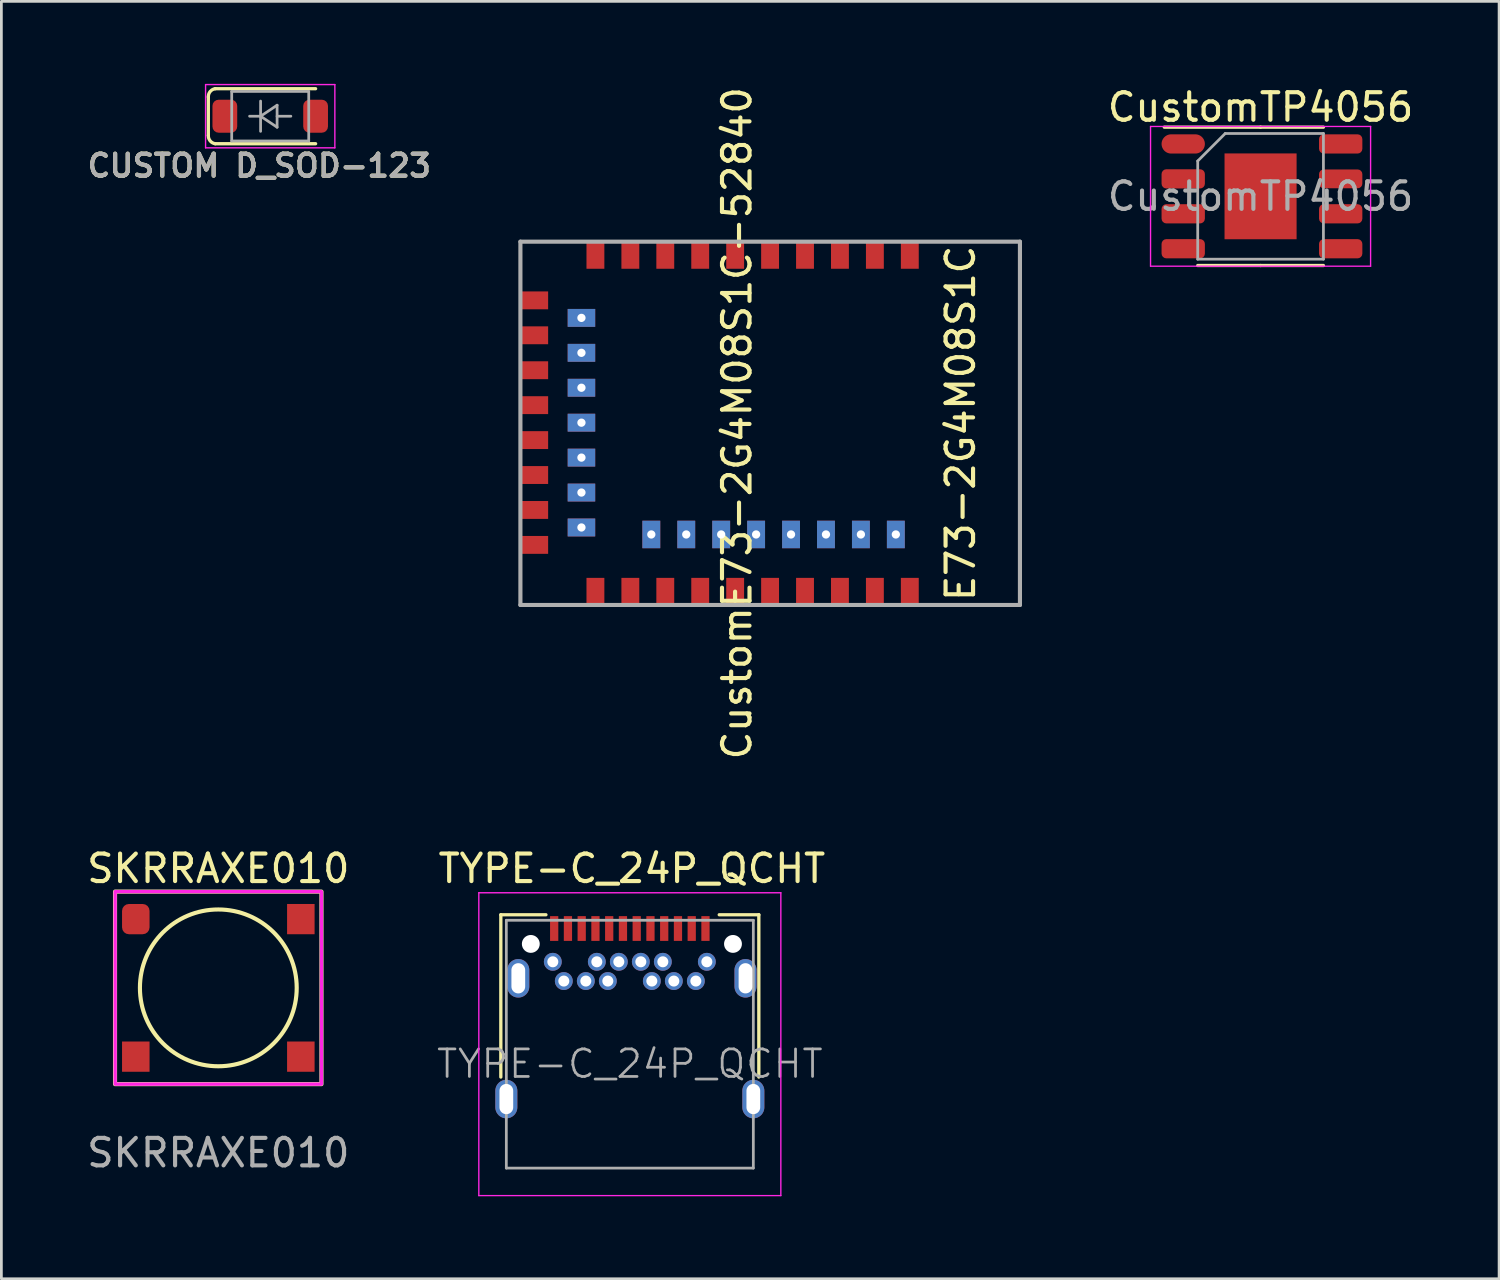
<source format=kicad_pcb>
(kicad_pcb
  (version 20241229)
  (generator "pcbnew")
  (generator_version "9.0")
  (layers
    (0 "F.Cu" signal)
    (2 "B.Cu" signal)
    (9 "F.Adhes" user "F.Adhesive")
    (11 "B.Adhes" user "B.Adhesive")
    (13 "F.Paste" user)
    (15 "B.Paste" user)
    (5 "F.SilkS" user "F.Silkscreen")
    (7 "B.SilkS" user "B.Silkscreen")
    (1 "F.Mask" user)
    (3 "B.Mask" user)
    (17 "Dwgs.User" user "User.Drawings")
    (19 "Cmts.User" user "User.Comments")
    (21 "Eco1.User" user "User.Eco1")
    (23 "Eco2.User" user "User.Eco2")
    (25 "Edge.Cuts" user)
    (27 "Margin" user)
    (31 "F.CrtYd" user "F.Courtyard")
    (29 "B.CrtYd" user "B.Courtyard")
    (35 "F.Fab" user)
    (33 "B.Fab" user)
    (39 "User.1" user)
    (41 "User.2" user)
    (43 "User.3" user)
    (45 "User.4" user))
  (footprint "CustomE73-2G4M08S1C-52840"
    (layer "F.Cu")
    (at 15.997 12.34)
    (property "Reference" "CustomE73-2G4M08S1C-52840" (at 7.747 -0.000467 270) (layer "F.SilkS") (effects (font (size 1 1) (thickness 0.15))))
    (attr through_hole)
    (fp_line (start -0.127 -6.604) (end -0.127 6.604) (stroke (width 0.15) (type solid)) (layer "F.Fab"))
    (fp_line (start -0.127 6.604) (end 18.034 6.604) (stroke (width 0.15) (type solid)) (layer "F.Fab"))
    (fp_line (start 18.034 -6.604) (end -0.127 -6.604) (stroke (width 0.15) (type solid)) (layer "F.Fab"))
    (fp_line (start 18.034 6.604) (end 18.034 -6.604) (stroke (width 0.15) (type solid)) (layer "F.Fab"))
    (fp_text user "E73-2G4M08S1C" (at 15.875 0 90) (layer "F.SilkS") (effects (font (size 1 1) (thickness 0.15))))
    (pad "1" smd rect (at 14.03 -6.119) (size 0.65 1) (layers "F.Cu" "F.Mask" "F.Paste"))
    (pad "2" smd rect (at 12.76 -6.119) (size 0.65 1) (layers "F.Cu" "F.Mask" "F.Paste"))
    (pad "3" smd rect (at 11.49 -6.119) (size 0.65 1) (layers "F.Cu" "F.Mask" "F.Paste"))
    (pad "4" smd rect (at 10.22 -6.119) (size 0.65 1) (layers "F.Cu" "F.Mask" "F.Paste"))
    (pad "5" smd rect (at 8.95 -6.119) (size 0.65 1) (layers "F.Cu" "F.Mask" "F.Paste"))
    (pad "6" smd rect (at 7.68 -6.119) (size 0.65 1) (layers "F.Cu" "F.Mask" "F.Paste"))
    (pad "7" smd rect (at 6.41 -6.119) (size 0.65 1) (layers "F.Cu" "F.Mask" "F.Paste"))
    (pad "8" smd rect (at 5.14 -6.119) (size 0.65 1) (layers "F.Cu" "F.Mask" "F.Paste"))
    (pad "9" smd rect (at 3.87 -6.119) (size 0.65 1) (layers "F.Cu" "F.Mask" "F.Paste"))
    (pad "10" smd rect (at 2.6 -6.119) (size 0.65 1) (layers "F.Cu" "F.Mask" "F.Paste"))
    (pad "11" smd rect (at 0.381 -4.47 90) (size 0.65 1) (layers "F.Cu" "F.Mask" "F.Paste"))
    (pad "12" thru_hole rect (at 2.092 -3.833 90) (size 0.65 1) (drill 0.3) (layers "*.Cu" "*.Mask" "F.Paste"))
    (pad "13" smd rect (at 0.381 -3.2 90) (size 0.65 1) (layers "F.Cu" "F.Mask" "F.Paste"))
    (pad "14" thru_hole rect (at 2.092 -2.563 90) (size 0.65 1) (drill 0.3) (layers "*.Cu" "*.Mask" "F.Paste"))
    (pad "15" smd rect (at 0.381 -1.93 90) (size 0.65 1) (layers "F.Cu" "F.Mask" "F.Paste"))
    (pad "16" thru_hole rect (at 2.092 -1.293 90) (size 0.65 1) (drill 0.3) (layers "*.Cu" "*.Mask" "F.Paste"))
    (pad "17" smd rect (at 0.381 -0.66 90) (size 0.65 1) (layers "F.Cu" "F.Mask" "F.Paste"))
    (pad "18" thru_hole rect (at 2.092 -0.023 90) (size 0.65 1) (drill 0.3) (layers "*.Cu" "*.Mask" "F.Paste"))
    (pad "19" smd rect (at 0.381 0.61 90) (size 0.65 1) (layers "F.Cu" "F.Mask" "F.Paste"))
    (pad "20" thru_hole rect (at 2.092 1.247 90) (size 0.65 1) (drill 0.3) (layers "*.Cu" "*.Mask" "F.Paste"))
    (pad "21" smd rect (at 0.381 1.88 90) (size 0.65 1) (layers "F.Cu" "F.Mask" "F.Paste"))
    (pad "22" thru_hole rect (at 2.092 2.517 90) (size 0.65 1) (drill 0.3) (layers "*.Cu" "*.Mask" "F.Paste"))
    (pad "23" smd rect (at 0.381 3.15 90) (size 0.65 1) (layers "F.Cu" "F.Mask" "F.Paste"))
    (pad "24" thru_hole rect (at 2.092 3.787 90) (size 0.65 1) (drill 0.3) (layers "*.Cu" "*.Mask" "F.Paste"))
    (pad "25" smd rect (at 0.381 4.42 90) (size 0.65 1) (layers "F.Cu" "F.Mask" "F.Paste"))
    (pad "26" smd rect (at 2.6 6.119) (size 0.65 1) (layers "F.Cu" "F.Mask" "F.Paste"))
    (pad "27" smd rect (at 3.87 6.119) (size 0.65 1) (layers "F.Cu" "F.Mask" "F.Paste"))
    (pad "28" thru_hole rect (at 4.632 4.041) (size 0.65 1) (drill 0.3) (layers "*.Cu" "*.Mask" "F.Paste"))
    (pad "29" smd rect (at 5.14 6.119) (size 0.65 1) (layers "F.Cu" "F.Mask" "F.Paste"))
    (pad "30" thru_hole rect (at 5.902 4.041) (size 0.65 1) (drill 0.3) (layers "*.Cu" "*.Mask" "F.Paste"))
    (pad "31" smd rect (at 6.41 6.119) (size 0.65 1) (layers "F.Cu" "F.Mask" "F.Paste"))
    (pad "32" thru_hole rect (at 7.172 4.041) (size 0.65 1) (drill 0.3) (layers "*.Cu" "*.Mask" "F.Paste"))
    (pad "33" smd rect (at 7.68 6.119) (size 0.65 1) (layers "F.Cu" "F.Mask" "F.Paste"))
    (pad "34" thru_hole rect (at 8.442 4.041) (size 0.65 1) (drill 0.3) (layers "*.Cu" "*.Mask" "F.Paste"))
    (pad "35" smd rect (at 8.95 6.119) (size 0.65 1) (layers "F.Cu" "F.Mask" "F.Paste"))
    (pad "36" thru_hole rect (at 9.712 4.041) (size 0.65 1) (drill 0.3) (layers "*.Cu" "*.Mask" "F.Paste"))
    (pad "37" smd rect (at 10.22 6.119) (size 0.65 1) (layers "F.Cu" "F.Mask" "F.Paste"))
    (pad "38" thru_hole rect (at 10.982 4.041) (size 0.65 1) (drill 0.3) (layers "*.Cu" "*.Mask" "F.Paste"))
    (pad "39" smd rect (at 11.49 6.119) (size 0.65 1) (layers "F.Cu" "F.Mask" "F.Paste"))
    (pad "40" thru_hole rect (at 12.252 4.041) (size 0.65 1) (drill 0.3) (layers "*.Cu" "*.Mask" "F.Paste"))
    (pad "41" smd rect (at 12.76 6.119) (size 0.65 1) (layers "F.Cu" "F.Mask" "F.Paste"))
    (pad "42" thru_hole rect (at 13.522 4.041) (size 0.65 1) (drill 0.3) (layers "*.Cu" "*.Mask" "F.Paste"))
    (pad "43" smd rect (at 14.03 6.119) (size 0.65 1) (layers "F.Cu" "F.Mask" "F.Paste")))
  (footprint "SKRRAXE010"
    (layer "F.Cu")
    (at 4.887 32.865)
    (property "Reference" "SKRRAXE010" (at 0 -4.338 0) (unlocked yes) (layer "F.SilkS") (effects (font (size 1 1) (thickness 0.15))))
    (attr smd)
    (fp_rect (start -3.755 -3.5) (end 3.75 3.5) (stroke (width 0.15) (type default)) (fill no) (layer "F.SilkS"))
    (fp_circle (center 0 0) (end 2.85 0) (stroke (width 0.15) (type default)) (fill no) (layer "F.SilkS"))
    (fp_rect (start -3.75 -3.5) (end 3.75 3.5) (stroke (width 0.12) (type default)) (fill no) (layer "F.CrtYd"))
    (fp_text user "${REFERENCE}" (at 0 5.998 0) (unlocked yes) (layer "F.Fab") (effects (font (size 1 1) (thickness 0.15))))
    (pad "1" smd roundrect (at -3 -2.5) (size 1 1.1) (layers "F.Cu" "F.Mask" "F.Paste") (roundrect_rratio 0.25))
    (pad "2" smd rect (at -3 2.5) (size 1 1.1) (layers "F.Cu" "F.Mask" "F.Paste"))
    (pad "3" smd rect (at 3 -2.5) (size 1 1.1) (layers "F.Cu" "F.Mask" "F.Paste"))
    (pad "4" smd rect (at 3 2.5) (size 1 1.1) (layers "F.Cu" "F.Mask" "F.Paste"))
    (zone (net_name "") (layer "F.Cu") (name "B1") (hatch edge 0.5) (connect_pads) (min_thickness 0.25) (filled_areas_thickness no) (keepout (tracks not_allowed) (vias not_allowed) (pads not_allowed) (copperpour allowed) (footprints allowed)) (placement (enabled no)) (fill) (polygon (pts (xy 0.987 31.365) (xy 2.887 31.365) (xy 2.887 34.365) (xy 0.987 34.365))))
    (zone (net_name "") (layer "F.Cu") (name "B2") (hatch edge 0.5) (connect_pads) (min_thickness 0.25) (filled_areas_thickness no) (keepout (tracks not_allowed) (vias not_allowed) (pads not_allowed) (copperpour not_allowed) (footprints allowed)) (placement (enabled no)) (fill) (polygon (pts (xy 6.887 31.365) (xy 8.787 31.365) (xy 8.787 34.365) (xy 6.887 34.365)))))
  (footprint "CUSTOM D_SOD-123"
    (layer "F.Cu")
    (at 6.774 1.175)
    (property "Reference" "CUSTOM D_SOD-123" (at -0.4 1.8 0) (layer "F.SilkS") (effects (font (size 0.8 0.8) (thickness 0.15))))
    (attr smd)
    (fp_line (start -2.25 -0.7) (end -2.25 0.7) (stroke (width 0.12) (type solid)) (layer "F.SilkS"))
    (fp_line (start -2 -1) (end 1.65 -1) (stroke (width 0.12) (type solid)) (layer "F.SilkS"))
    (fp_line (start -2 1) (end 1.65 1) (stroke (width 0.12) (type solid)) (layer "F.SilkS"))
    (fp_arc (start -2.25 -0.7) (mid -2.182354 -0.897795) (end -2 -1) (stroke (width 0.12) (type solid)) (layer "F.SilkS"))
    (fp_arc (start -2 1) (mid -2.182361 0.897801) (end -2.25 0.7) (stroke (width 0.12) (type solid)) (layer "F.SilkS"))
    (fp_line (start -2.35 -1.15) (end -2.35 1.15) (stroke (width 0.05) (type solid)) (layer "F.CrtYd"))
    (fp_line (start -2.35 -1.15) (end 2.35 -1.15) (stroke (width 0.05) (type solid)) (layer "F.CrtYd"))
    (fp_line (start 2.35 -1.15) (end 2.35 1.15) (stroke (width 0.05) (type solid)) (layer "F.CrtYd"))
    (fp_line (start 2.35 1.15) (end -2.35 1.15) (stroke (width 0.05) (type solid)) (layer "F.CrtYd"))
    (fp_line (start -1.4 -0.9) (end 1.4 -0.9) (stroke (width 0.1) (type solid)) (layer "F.Fab"))
    (fp_line (start -1.4 0.9) (end -1.4 -0.9) (stroke (width 0.1) (type solid)) (layer "F.Fab"))
    (fp_line (start -0.75 0) (end -0.35 0) (stroke (width 0.1) (type solid)) (layer "F.Fab"))
    (fp_line (start -0.35 0) (end -0.35 -0.55) (stroke (width 0.1) (type solid)) (layer "F.Fab"))
    (fp_line (start -0.35 0) (end -0.35 0.55) (stroke (width 0.1) (type solid)) (layer "F.Fab"))
    (fp_line (start -0.35 0) (end 0.25 -0.4) (stroke (width 0.1) (type solid)) (layer "F.Fab"))
    (fp_line (start 0.25 -0.4) (end 0.25 0.4) (stroke (width 0.1) (type solid)) (layer "F.Fab"))
    (fp_line (start 0.25 0) (end 0.75 0) (stroke (width 0.1) (type solid)) (layer "F.Fab"))
    (fp_line (start 0.25 0.4) (end -0.35 0) (stroke (width 0.1) (type solid)) (layer "F.Fab"))
    (fp_line (start 1.4 -0.9) (end 1.4 0.9) (stroke (width 0.1) (type solid)) (layer "F.Fab"))
    (fp_line (start 1.4 0.9) (end -1.4 0.9) (stroke (width 0.1) (type solid)) (layer "F.Fab"))
    (fp_text user "${REFERENCE}" (at -0.4 1.8 0) (layer "F.Fab") (effects (font (size 0.8 0.8) (thickness 0.15))))
    (pad "1" smd roundrect (at -1.65 0) (size 0.9 1.2) (layers "F.Cu" "F.Mask" "F.Paste") (roundrect_rratio 0.25))
    (pad "2" smd roundrect (at 1.65 0) (size 0.9 1.2) (layers "F.Cu" "F.Mask" "F.Paste") (roundrect_rratio 0.25)))
  (footprint "TYPE-C_24P_QCHT"
    (layer "F.Cu")
    (at 19.848 35.627)
    (property "Reference" "TYPE-C_24P_QCHT" (at 0.075 -7.1 180) (layer "F.SilkS") (effects (font (size 1 1) (thickness 0.15))))
    (attr smd)
    (fp_line (start -4.69 -5.42) (end -4.69 0.48) (stroke (width 0.12) (type solid)) (layer "F.SilkS"))
    (fp_line (start -4.69 -5.42) (end -3.05 -5.42) (stroke (width 0.12) (type solid)) (layer "F.SilkS"))
    (fp_line (start 3.25 -5.42) (end 4.69 -5.42) (stroke (width 0.12) (type solid)) (layer "F.SilkS"))
    (fp_line (start 4.69 -5.42) (end 4.69 0.48) (stroke (width 0.12) (type solid)) (layer "F.SilkS"))
    (fp_line (start -5.49 -6.22) (end 5.49 -6.22) (stroke (width 0.05) (type solid)) (layer "F.CrtYd"))
    (fp_line (start -5.49 4.79) (end -5.49 -6.22) (stroke (width 0.05) (type solid)) (layer "F.CrtYd"))
    (fp_line (start 5.49 -6.22) (end 5.49 4.79) (stroke (width 0.05) (type solid)) (layer "F.CrtYd"))
    (fp_line (start 5.49 4.79) (end -5.49 4.79) (stroke (width 0.05) (type solid)) (layer "F.CrtYd"))
    (fp_line (start -4.49 -5.22) (end 4.49 -5.22) (stroke (width 0.1) (type solid)) (layer "F.Fab"))
    (fp_line (start -4.49 3.79) (end -4.49 -5.22) (stroke (width 0.1) (type solid)) (layer "F.Fab"))
    (fp_line (start -4.49 3.79) (end 4.49 3.79) (stroke (width 0.1) (type solid)) (layer "F.Fab"))
    (fp_line (start 4.49 3.79) (end 4.49 -5.22) (stroke (width 0.1) (type solid)) (layer "F.Fab"))
    (fp_text user "${REFERENCE}" (at 0 0 180) (layer "F.Fab") (effects (font (size 1 1) (thickness 0.1))))
    (pad "" np_thru_hole circle (at -3.6 -4.36) (size 0.65 0.65) (drill 0.65) (layers "*.Cu" "*.Mask"))
    (pad "" np_thru_hole circle (at 3.75 -4.36) (size 0.65 0.65) (drill 0.65) (layers "*.Cu" "*.Mask"))
    (pad "A1" smd rect (at -2.75 -4.92) (size 0.3 0.9) (layers "F.Cu" "F.Mask" "F.Paste"))
    (pad "A2" smd rect (at -2.25 -4.92) (size 0.3 0.9) (layers "F.Cu" "F.Mask" "F.Paste"))
    (pad "A3" smd rect (at -1.75 -4.92) (size 0.3 0.9) (layers "F.Cu" "F.Mask" "F.Paste"))
    (pad "A4" smd rect (at -1.25 -4.92) (size 0.3 0.9) (layers "F.Cu" "F.Mask" "F.Paste"))
    (pad "A5" smd rect (at -0.75 -4.92) (size 0.3 0.9) (layers "F.Cu" "F.Mask" "F.Paste"))
    (pad "A6" smd rect (at -0.25 -4.92) (size 0.3 0.9) (layers "F.Cu" "F.Mask" "F.Paste"))
    (pad "A7" smd rect (at 0.25 -4.92) (size 0.3 0.9) (layers "F.Cu" "F.Mask" "F.Paste"))
    (pad "A8" smd rect (at 0.75 -4.92) (size 0.3 0.9) (layers "F.Cu" "F.Mask" "F.Paste"))
    (pad "A9" smd rect (at 1.25 -4.92) (size 0.3 0.9) (layers "F.Cu" "F.Mask" "F.Paste"))
    (pad "A10" smd rect (at 1.75 -4.92) (size 0.3 0.9) (layers "F.Cu" "F.Mask" "F.Paste"))
    (pad "A11" smd rect (at 2.25 -4.92) (size 0.3 0.9) (layers "F.Cu" "F.Mask" "F.Paste"))
    (pad "A12" smd rect (at 2.75 -4.92) (size 0.3 0.9) (layers "F.Cu" "F.Mask" "F.Paste"))
    (pad "B1" thru_hole circle (at 2.8 -3.71) (size 0.65 0.65) (drill 0.4) (layers "*.Cu" "*.Mask"))
    (pad "B2" thru_hole circle (at 2.4 -3.01) (size 0.65 0.65) (drill 0.4) (layers "*.Cu" "*.Mask"))
    (pad "B3" thru_hole circle (at 1.6 -3.01) (size 0.65 0.65) (drill 0.4) (layers "*.Cu" "*.Mask"))
    (pad "B4" thru_hole circle (at 1.2 -3.71) (size 0.65 0.65) (drill 0.4) (layers "*.Cu" "*.Mask"))
    (pad "B5" thru_hole circle (at 0.8 -3.01) (size 0.65 0.65) (drill 0.4) (layers "*.Cu" "*.Mask"))
    (pad "B6" thru_hole circle (at 0.4 -3.71) (size 0.65 0.65) (drill 0.4) (layers "*.Cu" "*.Mask"))
    (pad "B7" thru_hole circle (at -0.4 -3.71) (size 0.65 0.65) (drill 0.4) (layers "*.Cu" "*.Mask"))
    (pad "B8" thru_hole circle (at -0.8 -3.01) (size 0.65 0.65) (drill 0.4) (layers "*.Cu" "*.Mask"))
    (pad "B9" thru_hole circle (at -1.2 -3.71) (size 0.65 0.65) (drill 0.4) (layers "*.Cu" "*.Mask"))
    (pad "B10" thru_hole circle (at -1.6 -3.01) (size 0.65 0.65) (drill 0.4) (layers "*.Cu" "*.Mask"))
    (pad "B11" thru_hole circle (at -2.4 -3.01) (size 0.65 0.65) (drill 0.4) (layers "*.Cu" "*.Mask"))
    (pad "B12" thru_hole circle (at -2.8 -3.71) (size 0.65 0.65) (drill 0.4) (layers "*.Cu" "*.Mask"))
    (pad "S1" thru_hole oval (at -4.49 1.28) (size 0.8 1.4) (drill oval 0.5 1.1) (layers "*.Cu" "*.Mask"))
    (pad "S1" thru_hole oval (at -4.055 -3.11) (size 0.8 1.4) (drill oval 0.5 1.1) (layers "*.Cu" "*.Mask"))
    (pad "S1" thru_hole oval (at 4.205 -3.11) (size 0.8 1.4) (drill oval 0.5 1.1) (layers "*.Cu" "*.Mask"))
    (pad "S1" thru_hole oval (at 4.49 1.28) (size 0.8 1.4) (drill oval 0.5 1.1) (layers "*.Cu" "*.Mask")))
  (footprint "CustomTP4056"
    (layer "F.Cu")
    (at 42.779 4.088)
    (property "Reference" "CustomTP4056" (at 0 -3.24 180) (layer "F.SilkS") (effects (font (size 1 1) (thickness 0.15))))
    (attr smd)
    (fp_line (start 0 -2.515) (end -3.5 -2.515) (stroke (width 0.12) (type solid)) (layer "F.SilkS"))
    (fp_line (start 0 -2.515) (end 2.285 -2.515) (stroke (width 0.12) (type solid)) (layer "F.SilkS"))
    (fp_line (start 0 2.515) (end -2.285 2.515) (stroke (width 0.12) (type solid)) (layer "F.SilkS"))
    (fp_line (start 0 2.515) (end 2.285 2.515) (stroke (width 0.12) (type solid)) (layer "F.SilkS"))
    (fp_line (start -4 -2.54) (end -4 2.54) (stroke (width 0.05) (type solid)) (layer "F.CrtYd"))
    (fp_line (start -4 2.54) (end 4 2.54) (stroke (width 0.05) (type solid)) (layer "F.CrtYd"))
    (fp_line (start 4 -2.54) (end -4 -2.54) (stroke (width 0.05) (type solid)) (layer "F.CrtYd"))
    (fp_line (start 4 2.54) (end 4 -2.54) (stroke (width 0.05) (type solid)) (layer "F.CrtYd"))
    (fp_line (start -2.285 -1.285) (end -1.285 -2.285) (stroke (width 0.1) (type solid)) (layer "F.Fab"))
    (fp_line (start -2.285 2.285) (end -2.285 -1.285) (stroke (width 0.1) (type solid)) (layer "F.Fab"))
    (fp_line (start -1.285 -2.285) (end 2.285 -2.285) (stroke (width 0.1) (type solid)) (layer "F.Fab"))
    (fp_line (start 2.285 -2.285) (end 2.285 2.285) (stroke (width 0.1) (type solid)) (layer "F.Fab"))
    (fp_line (start 2.285 2.285) (end -2.285 2.285) (stroke (width 0.1) (type solid)) (layer "F.Fab"))
    (fp_text user "${REFERENCE}" (at 0 0 180) (layer "F.Fab") (effects (font (size 1 1) (thickness 0.15))))
    (pad "" smd roundrect (at -0.6 -0.7) (size 1.08 1.33) (layers "F.Paste") (roundrect_rratio 0.14))
    (pad "" smd roundrect (at -0.6 0.7) (size 1.09 1.34) (layers "F.Paste") (roundrect_rratio 0.14))
    (pad "" smd roundrect (at 0.6 -0.7) (size 1.09 1.34) (layers "F.Paste") (roundrect_rratio 0.14))
    (pad "" smd roundrect (at 0.6 0.7) (size 1.09 1.34) (layers "F.Paste") (roundrect_rratio 0.14))
    (pad "1" smd oval (at -2.812 -1.905) (size 1.575 0.7) (layers "F.Cu" "F.Mask" "F.Paste"))
    (pad "2" smd roundrect (at -2.812 -0.635) (size 1.575 0.7) (layers "F.Cu" "F.Mask" "F.Paste") (roundrect_rratio 0.25))
    (pad "3" smd roundrect (at -2.812 0.635) (size 1.575 0.7) (layers "F.Cu" "F.Mask" "F.Paste") (roundrect_rratio 0.25))
    (pad "4" smd roundrect (at -2.812 1.905) (size 1.575 0.7) (layers "F.Cu" "F.Mask" "F.Paste") (roundrect_rratio 0.25))
    (pad "5" smd roundrect (at 2.913 1.905) (size 1.575 0.7) (layers "F.Cu" "F.Mask" "F.Paste") (roundrect_rratio 0.25))
    (pad "6" smd roundrect (at 2.913 0.635) (size 1.575 0.7) (layers "F.Cu" "F.Mask" "F.Paste") (roundrect_rratio 0.25))
    (pad "7" smd roundrect (at 2.913 -0.635) (size 1.575 0.685) (layers "F.Cu" "F.Mask" "F.Paste") (roundrect_rratio 0.25))
    (pad "8" smd roundrect (at 2.913 -1.905) (size 1.575 0.7) (layers "F.Cu" "F.Mask" "F.Paste") (roundrect_rratio 0.25))
    (pad "9" smd rect (at 0 0) (size 2.62 3.12) (layers "F.Cu" "F.Mask")))
  (gr_rect
    (start -3 -3)
    (end 51.451 43.442)
    (stroke (width 0.1) (type default))
    (fill no)
    (layer "Edge.Cuts")))
</source>
